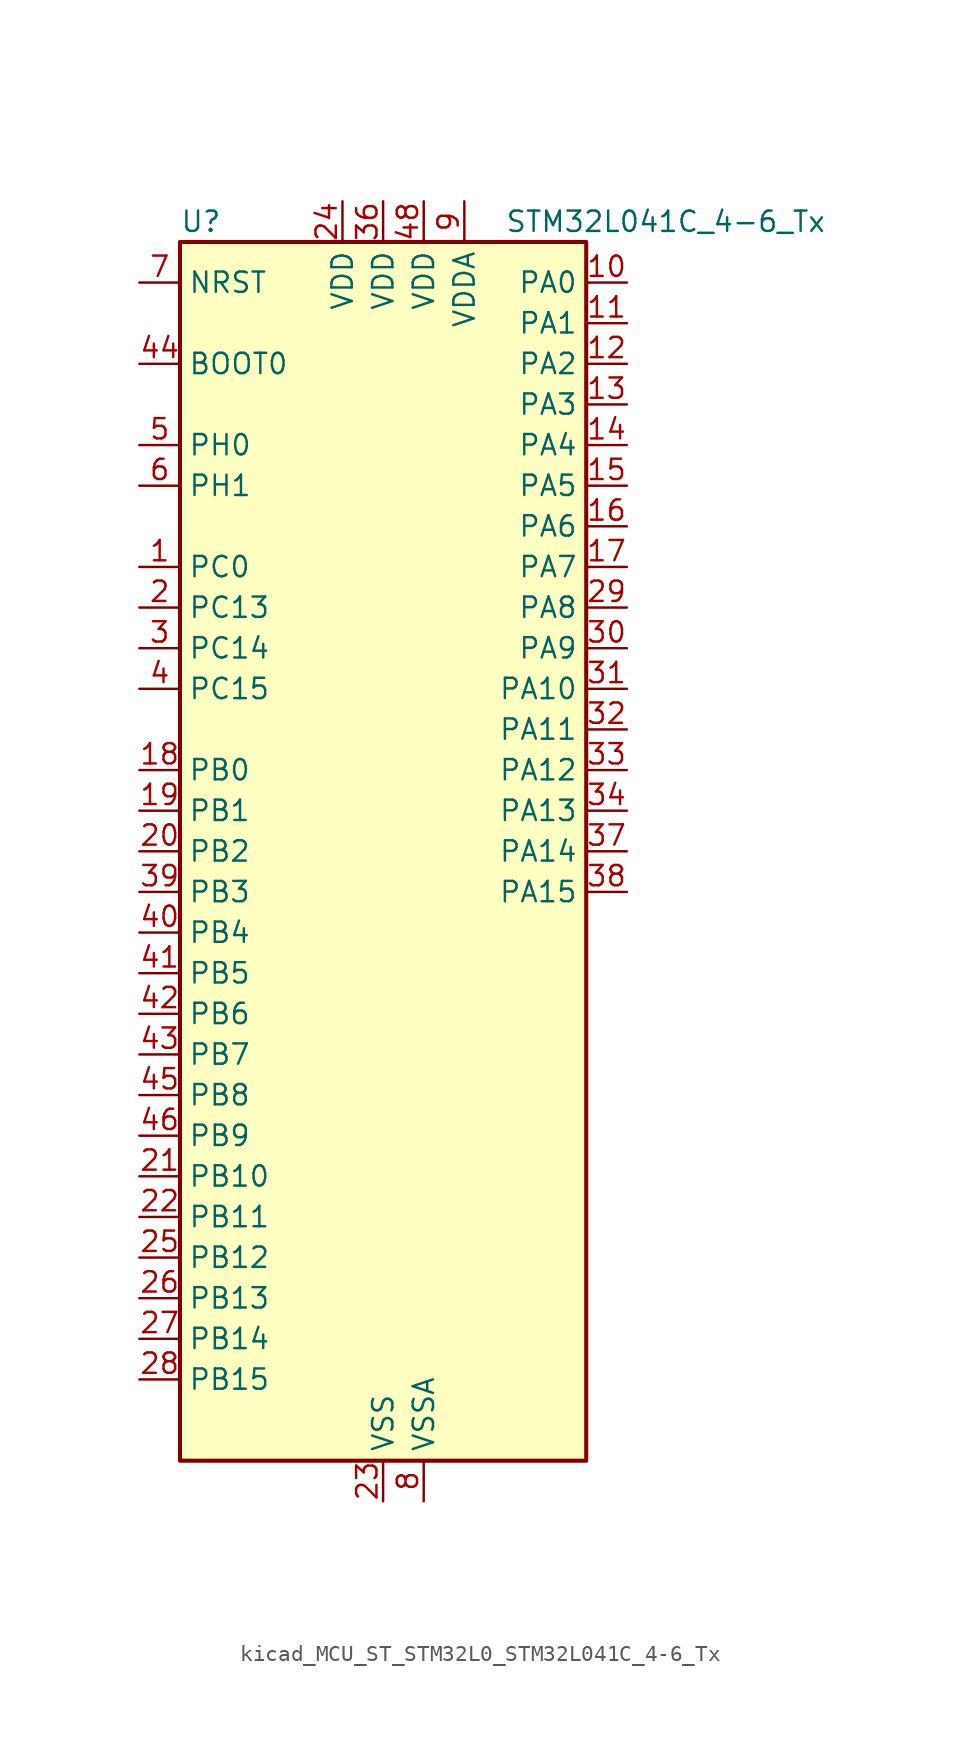
<source format=kicad_sym>
(kicad_symbol_lib
  (version 20220914)
  (generator kicad_symbol_editor)
  (symbol "kicad_MCU_ST_STM32L0_STM32L041C_4-6_Tx"
    (property "Reference" "U"
      (at -12.7 39.37 0)
      (effects (font (size 1.27 1.27)) (justify left)))
    (property "Value" "STM32L041C_4-6_Tx"
      (at 7.62 39.37 0)
      (effects (font (size 1.27 1.27)) (justify left)))
    (property "ki_locked" ""
      (at 0 0 0)
      (effects (font (size 1.27 1.27))))
    (symbol "kicad_MCU_ST_STM32L0_STM32L041C_4-6_Tx_0_1"
      (rectangle (start -12.7 -38.1) (end 12.7 38.1) (stroke (width 0.254) (type default)) (fill (type background))))
    (symbol "kicad_MCU_ST_STM32L0_STM32L041C_4-6_Tx_1_1"
      (pin bidirectional line (at -15.24 17.78 0) (length 2.54) (name "PC0" (effects (font (size 1.27 1.27)))) (number "1" (effects (font (size 1.27 1.27)))) (alternate "LPTIM1_IN1" bidirectional line) (alternate "LPUART1_RX" bidirectional line))
      (pin bidirectional line (at 15.24 35.56 180) (length 2.54) (name "PA0" (effects (font (size 1.27 1.27)))) (number "10" (effects (font (size 1.27 1.27)))) (alternate "ADC_IN0" bidirectional line) (alternate "COMP1_INM" bidirectional line) (alternate "COMP1_OUT" bidirectional line) (alternate "LPTIM1_IN1" bidirectional line) (alternate "RTC_TAMP2" bidirectional line) (alternate "SYS_WKUP1" bidirectional line) (alternate "TIM2_CH1" bidirectional line) (alternate "TIM2_ETR" bidirectional line) (alternate "USART2_CTS" bidirectional line))
      (pin bidirectional line (at 15.24 33.02 180) (length 2.54) (name "PA1" (effects (font (size 1.27 1.27)))) (number "11" (effects (font (size 1.27 1.27)))) (alternate "ADC_IN1" bidirectional line) (alternate "COMP1_INP" bidirectional line) (alternate "I2C1_SMBA" bidirectional line) (alternate "LPTIM1_IN2" bidirectional line) (alternate "TIM21_ETR" bidirectional line) (alternate "TIM2_CH2" bidirectional line) (alternate "USART2_DE" bidirectional line) (alternate "USART2_RTS" bidirectional line))
      (pin bidirectional line (at 15.24 30.48 180) (length 2.54) (name "PA2" (effects (font (size 1.27 1.27)))) (number "12" (effects (font (size 1.27 1.27)))) (alternate "ADC_IN2" bidirectional line) (alternate "COMP2_INM" bidirectional line) (alternate "COMP2_OUT" bidirectional line) (alternate "LPUART1_TX" bidirectional line) (alternate "RTC_OUT_ALARM" bidirectional line) (alternate "RTC_OUT_CALIB" bidirectional line) (alternate "RTC_TAMP3" bidirectional line) (alternate "RTC_TS" bidirectional line) (alternate "SYS_WKUP3" bidirectional line) (alternate "TIM21_CH1" bidirectional line) (alternate "TIM2_CH3" bidirectional line) (alternate "USART2_TX" bidirectional line))
      (pin bidirectional line (at 15.24 27.94 180) (length 2.54) (name "PA3" (effects (font (size 1.27 1.27)))) (number "13" (effects (font (size 1.27 1.27)))) (alternate "ADC_IN3" bidirectional line) (alternate "COMP2_INP" bidirectional line) (alternate "LPUART1_RX" bidirectional line) (alternate "TIM21_CH2" bidirectional line) (alternate "TIM2_CH4" bidirectional line) (alternate "USART2_RX" bidirectional line))
      (pin bidirectional line (at 15.24 25.4 180) (length 2.54) (name "PA4" (effects (font (size 1.27 1.27)))) (number "14" (effects (font (size 1.27 1.27)))) (alternate "ADC_IN4" bidirectional line) (alternate "COMP1_INM" bidirectional line) (alternate "COMP2_INM" bidirectional line) (alternate "LPTIM1_IN1" bidirectional line) (alternate "SPI1_NSS" bidirectional line) (alternate "TIM22_ETR" bidirectional line) (alternate "USART2_CK" bidirectional line))
      (pin bidirectional line (at 15.24 22.86 180) (length 2.54) (name "PA5" (effects (font (size 1.27 1.27)))) (number "15" (effects (font (size 1.27 1.27)))) (alternate "ADC_IN5" bidirectional line) (alternate "COMP1_INM" bidirectional line) (alternate "COMP2_INM" bidirectional line) (alternate "LPTIM1_IN2" bidirectional line) (alternate "SPI1_SCK" bidirectional line) (alternate "TIM2_CH1" bidirectional line) (alternate "TIM2_ETR" bidirectional line))
      (pin bidirectional line (at 15.24 20.32 180) (length 2.54) (name "PA6" (effects (font (size 1.27 1.27)))) (number "16" (effects (font (size 1.27 1.27)))) (alternate "ADC_IN6" bidirectional line) (alternate "COMP1_OUT" bidirectional line) (alternate "LPTIM1_ETR" bidirectional line) (alternate "LPUART1_CTS" bidirectional line) (alternate "SPI1_MISO" bidirectional line) (alternate "TIM22_CH1" bidirectional line))
      (pin bidirectional line (at 15.24 17.78 180) (length 2.54) (name "PA7" (effects (font (size 1.27 1.27)))) (number "17" (effects (font (size 1.27 1.27)))) (alternate "ADC_IN7" bidirectional line) (alternate "COMP2_OUT" bidirectional line) (alternate "LPTIM1_OUT" bidirectional line) (alternate "SPI1_MOSI" bidirectional line) (alternate "TIM22_CH2" bidirectional line) (alternate "USART2_CTS" bidirectional line))
      (pin bidirectional line (at -15.24 5.08 0) (length 2.54) (name "PB0" (effects (font (size 1.27 1.27)))) (number "18" (effects (font (size 1.27 1.27)))) (alternate "ADC_IN8" bidirectional line) (alternate "SPI1_MISO" bidirectional line) (alternate "SYS_VREF_OUT_PB0" bidirectional line) (alternate "TIM2_CH3" bidirectional line) (alternate "USART2_DE" bidirectional line) (alternate "USART2_RTS" bidirectional line))
      (pin bidirectional line (at -15.24 2.54 0) (length 2.54) (name "PB1" (effects (font (size 1.27 1.27)))) (number "19" (effects (font (size 1.27 1.27)))) (alternate "ADC_IN9" bidirectional line) (alternate "LPUART1_DE" bidirectional line) (alternate "LPUART1_RTS" bidirectional line) (alternate "SPI1_MOSI" bidirectional line) (alternate "SYS_VREF_OUT_PB1" bidirectional line) (alternate "TIM2_CH4" bidirectional line) (alternate "USART2_CK" bidirectional line))
      (pin bidirectional line (at -15.24 15.24 0) (length 2.54) (name "PC13" (effects (font (size 1.27 1.27)))) (number "2" (effects (font (size 1.27 1.27)))) (alternate "RTC_TAMP1" bidirectional line) (alternate "SYS_WKUP2" bidirectional line))
      (pin bidirectional line (at -15.24 0 0) (length 2.54) (name "PB2" (effects (font (size 1.27 1.27)))) (number "20" (effects (font (size 1.27 1.27)))) (alternate "LPTIM1_OUT" bidirectional line))
      (pin bidirectional line (at -15.24 -20.32 0) (length 2.54) (name "PB10" (effects (font (size 1.27 1.27)))) (number "21" (effects (font (size 1.27 1.27)))) (alternate "LPUART1_TX" bidirectional line) (alternate "TIM2_CH3" bidirectional line))
      (pin bidirectional line (at -15.24 -22.86 0) (length 2.54) (name "PB11" (effects (font (size 1.27 1.27)))) (number "22" (effects (font (size 1.27 1.27)))) (alternate "ADC_EXTI11" bidirectional line) (alternate "LPUART1_RX" bidirectional line) (alternate "TIM2_CH4" bidirectional line))
      (pin power_in line (at 0 -40.64 90) (length 2.54) (name "VSS" (effects (font (size 1.27 1.27)))) (number "23" (effects (font (size 1.27 1.27)))))
      (pin power_in line (at -2.54 40.64 270) (length 2.54) (name "VDD" (effects (font (size 1.27 1.27)))) (number "24" (effects (font (size 1.27 1.27)))))
      (pin bidirectional line (at -15.24 -25.4 0) (length 2.54) (name "PB12" (effects (font (size 1.27 1.27)))) (number "25" (effects (font (size 1.27 1.27)))) (alternate "SPI1_NSS" bidirectional line))
      (pin bidirectional line (at -15.24 -27.94 0) (length 2.54) (name "PB13" (effects (font (size 1.27 1.27)))) (number "26" (effects (font (size 1.27 1.27)))) (alternate "LPUART1_CTS" bidirectional line) (alternate "RCC_MCO" bidirectional line) (alternate "SPI1_SCK" bidirectional line) (alternate "TIM21_CH1" bidirectional line))
      (pin bidirectional line (at -15.24 -30.48 0) (length 2.54) (name "PB14" (effects (font (size 1.27 1.27)))) (number "27" (effects (font (size 1.27 1.27)))) (alternate "LPUART1_DE" bidirectional line) (alternate "LPUART1_RTS" bidirectional line) (alternate "RTC_OUT_ALARM" bidirectional line) (alternate "RTC_OUT_CALIB" bidirectional line) (alternate "SPI1_MISO" bidirectional line) (alternate "TIM21_CH2" bidirectional line))
      (pin bidirectional line (at -15.24 -33.02 0) (length 2.54) (name "PB15" (effects (font (size 1.27 1.27)))) (number "28" (effects (font (size 1.27 1.27)))) (alternate "RTC_REFIN" bidirectional line) (alternate "SPI1_MOSI" bidirectional line))
      (pin bidirectional line (at 15.24 15.24 180) (length 2.54) (name "PA8" (effects (font (size 1.27 1.27)))) (number "29" (effects (font (size 1.27 1.27)))) (alternate "LPTIM1_IN1" bidirectional line) (alternate "RCC_MCO" bidirectional line) (alternate "TIM2_CH1" bidirectional line) (alternate "USART2_CK" bidirectional line))
      (pin bidirectional line (at -15.24 12.7 0) (length 2.54) (name "PC14" (effects (font (size 1.27 1.27)))) (number "3" (effects (font (size 1.27 1.27)))) (alternate "RCC_OSC32_IN" bidirectional line))
      (pin bidirectional line (at 15.24 12.7 180) (length 2.54) (name "PA9" (effects (font (size 1.27 1.27)))) (number "30" (effects (font (size 1.27 1.27)))) (alternate "I2C1_SCL" bidirectional line) (alternate "RCC_MCO" bidirectional line) (alternate "TIM22_CH1" bidirectional line) (alternate "USART2_TX" bidirectional line))
      (pin bidirectional line (at 15.24 10.16 180) (length 2.54) (name "PA10" (effects (font (size 1.27 1.27)))) (number "31" (effects (font (size 1.27 1.27)))) (alternate "I2C1_SDA" bidirectional line) (alternate "TIM22_CH2" bidirectional line) (alternate "USART2_RX" bidirectional line))
      (pin bidirectional line (at 15.24 7.62 180) (length 2.54) (name "PA11" (effects (font (size 1.27 1.27)))) (number "32" (effects (font (size 1.27 1.27)))) (alternate "ADC_EXTI11" bidirectional line) (alternate "COMP1_OUT" bidirectional line) (alternate "SPI1_MISO" bidirectional line) (alternate "TIM21_CH2" bidirectional line) (alternate "USART2_CTS" bidirectional line))
      (pin bidirectional line (at 15.24 5.08 180) (length 2.54) (name "PA12" (effects (font (size 1.27 1.27)))) (number "33" (effects (font (size 1.27 1.27)))) (alternate "COMP2_OUT" bidirectional line) (alternate "SPI1_MOSI" bidirectional line) (alternate "USART2_DE" bidirectional line) (alternate "USART2_RTS" bidirectional line))
      (pin bidirectional line (at 15.24 2.54 180) (length 2.54) (name "PA13" (effects (font (size 1.27 1.27)))) (number "34" (effects (font (size 1.27 1.27)))) (alternate "LPTIM1_ETR" bidirectional line) (alternate "LPUART1_RX" bidirectional line) (alternate "SYS_SWDIO" bidirectional line))
      (pin passive line (at 0 -40.64 90) (length 2.54) hide (name "VSS" (effects (font (size 1.27 1.27)))) (number "35" (effects (font (size 1.27 1.27)))))
      (pin power_in line (at 0 40.64 270) (length 2.54) (name "VDD" (effects (font (size 1.27 1.27)))) (number "36" (effects (font (size 1.27 1.27)))))
      (pin bidirectional line (at 15.24 0 180) (length 2.54) (name "PA14" (effects (font (size 1.27 1.27)))) (number "37" (effects (font (size 1.27 1.27)))) (alternate "I2C1_SMBA" bidirectional line) (alternate "LPTIM1_OUT" bidirectional line) (alternate "LPUART1_TX" bidirectional line) (alternate "SYS_SWCLK" bidirectional line) (alternate "USART2_TX" bidirectional line))
      (pin bidirectional line (at 15.24 -2.54 180) (length 2.54) (name "PA15" (effects (font (size 1.27 1.27)))) (number "38" (effects (font (size 1.27 1.27)))) (alternate "SPI1_NSS" bidirectional line) (alternate "TIM2_CH1" bidirectional line) (alternate "TIM2_ETR" bidirectional line) (alternate "USART2_RX" bidirectional line))
      (pin bidirectional line (at -15.24 -2.54 0) (length 2.54) (name "PB3" (effects (font (size 1.27 1.27)))) (number "39" (effects (font (size 1.27 1.27)))) (alternate "COMP2_INM" bidirectional line) (alternate "SPI1_SCK" bidirectional line) (alternate "TIM2_CH2" bidirectional line))
      (pin bidirectional line (at -15.24 10.16 0) (length 2.54) (name "PC15" (effects (font (size 1.27 1.27)))) (number "4" (effects (font (size 1.27 1.27)))) (alternate "RCC_OSC32_OUT" bidirectional line))
      (pin bidirectional line (at -15.24 -5.08 0) (length 2.54) (name "PB4" (effects (font (size 1.27 1.27)))) (number "40" (effects (font (size 1.27 1.27)))) (alternate "COMP2_INP" bidirectional line) (alternate "SPI1_MISO" bidirectional line) (alternate "TIM22_CH1" bidirectional line))
      (pin bidirectional line (at -15.24 -7.62 0) (length 2.54) (name "PB5" (effects (font (size 1.27 1.27)))) (number "41" (effects (font (size 1.27 1.27)))) (alternate "COMP2_INP" bidirectional line) (alternate "I2C1_SMBA" bidirectional line) (alternate "LPTIM1_IN1" bidirectional line) (alternate "SPI1_MOSI" bidirectional line) (alternate "TIM22_CH2" bidirectional line))
      (pin bidirectional line (at -15.24 -10.16 0) (length 2.54) (name "PB6" (effects (font (size 1.27 1.27)))) (number "42" (effects (font (size 1.27 1.27)))) (alternate "COMP2_INP" bidirectional line) (alternate "I2C1_SCL" bidirectional line) (alternate "LPTIM1_ETR" bidirectional line) (alternate "TIM21_CH1" bidirectional line) (alternate "USART2_TX" bidirectional line))
      (pin bidirectional line (at -15.24 -12.7 0) (length 2.54) (name "PB7" (effects (font (size 1.27 1.27)))) (number "43" (effects (font (size 1.27 1.27)))) (alternate "COMP2_INP" bidirectional line) (alternate "I2C1_SDA" bidirectional line) (alternate "LPTIM1_IN2" bidirectional line) (alternate "SYS_PVD_IN" bidirectional line) (alternate "USART2_RX" bidirectional line))
      (pin input line (at -15.24 30.48 0) (length 2.54) (name "BOOT0" (effects (font (size 1.27 1.27)))) (number "44" (effects (font (size 1.27 1.27)))))
      (pin bidirectional line (at -15.24 -15.24 0) (length 2.54) (name "PB8" (effects (font (size 1.27 1.27)))) (number "45" (effects (font (size 1.27 1.27)))) (alternate "I2C1_SCL" bidirectional line))
      (pin bidirectional line (at -15.24 -17.78 0) (length 2.54) (name "PB9" (effects (font (size 1.27 1.27)))) (number "46" (effects (font (size 1.27 1.27)))) (alternate "I2C1_SDA" bidirectional line))
      (pin passive line (at 0 -40.64 90) (length 2.54) hide (name "VSS" (effects (font (size 1.27 1.27)))) (number "47" (effects (font (size 1.27 1.27)))))
      (pin power_in line (at 2.54 40.64 270) (length 2.54) (name "VDD" (effects (font (size 1.27 1.27)))) (number "48" (effects (font (size 1.27 1.27)))))
      (pin bidirectional line (at -15.24 25.4 0) (length 2.54) (name "PH0" (effects (font (size 1.27 1.27)))) (number "5" (effects (font (size 1.27 1.27)))) (alternate "RCC_OSC_IN" bidirectional line))
      (pin bidirectional line (at -15.24 22.86 0) (length 2.54) (name "PH1" (effects (font (size 1.27 1.27)))) (number "6" (effects (font (size 1.27 1.27)))) (alternate "RCC_OSC_OUT" bidirectional line))
      (pin input line (at -15.24 35.56 0) (length 2.54) (name "NRST" (effects (font (size 1.27 1.27)))) (number "7" (effects (font (size 1.27 1.27)))))
      (pin power_in line (at 2.54 -40.64 90) (length 2.54) (name "VSSA" (effects (font (size 1.27 1.27)))) (number "8" (effects (font (size 1.27 1.27)))))
      (pin power_in line (at 5.08 40.64 270) (length 2.54) (name "VDDA" (effects (font (size 1.27 1.27)))) (number "9" (effects (font (size 1.27 1.27))))))))
</source>
